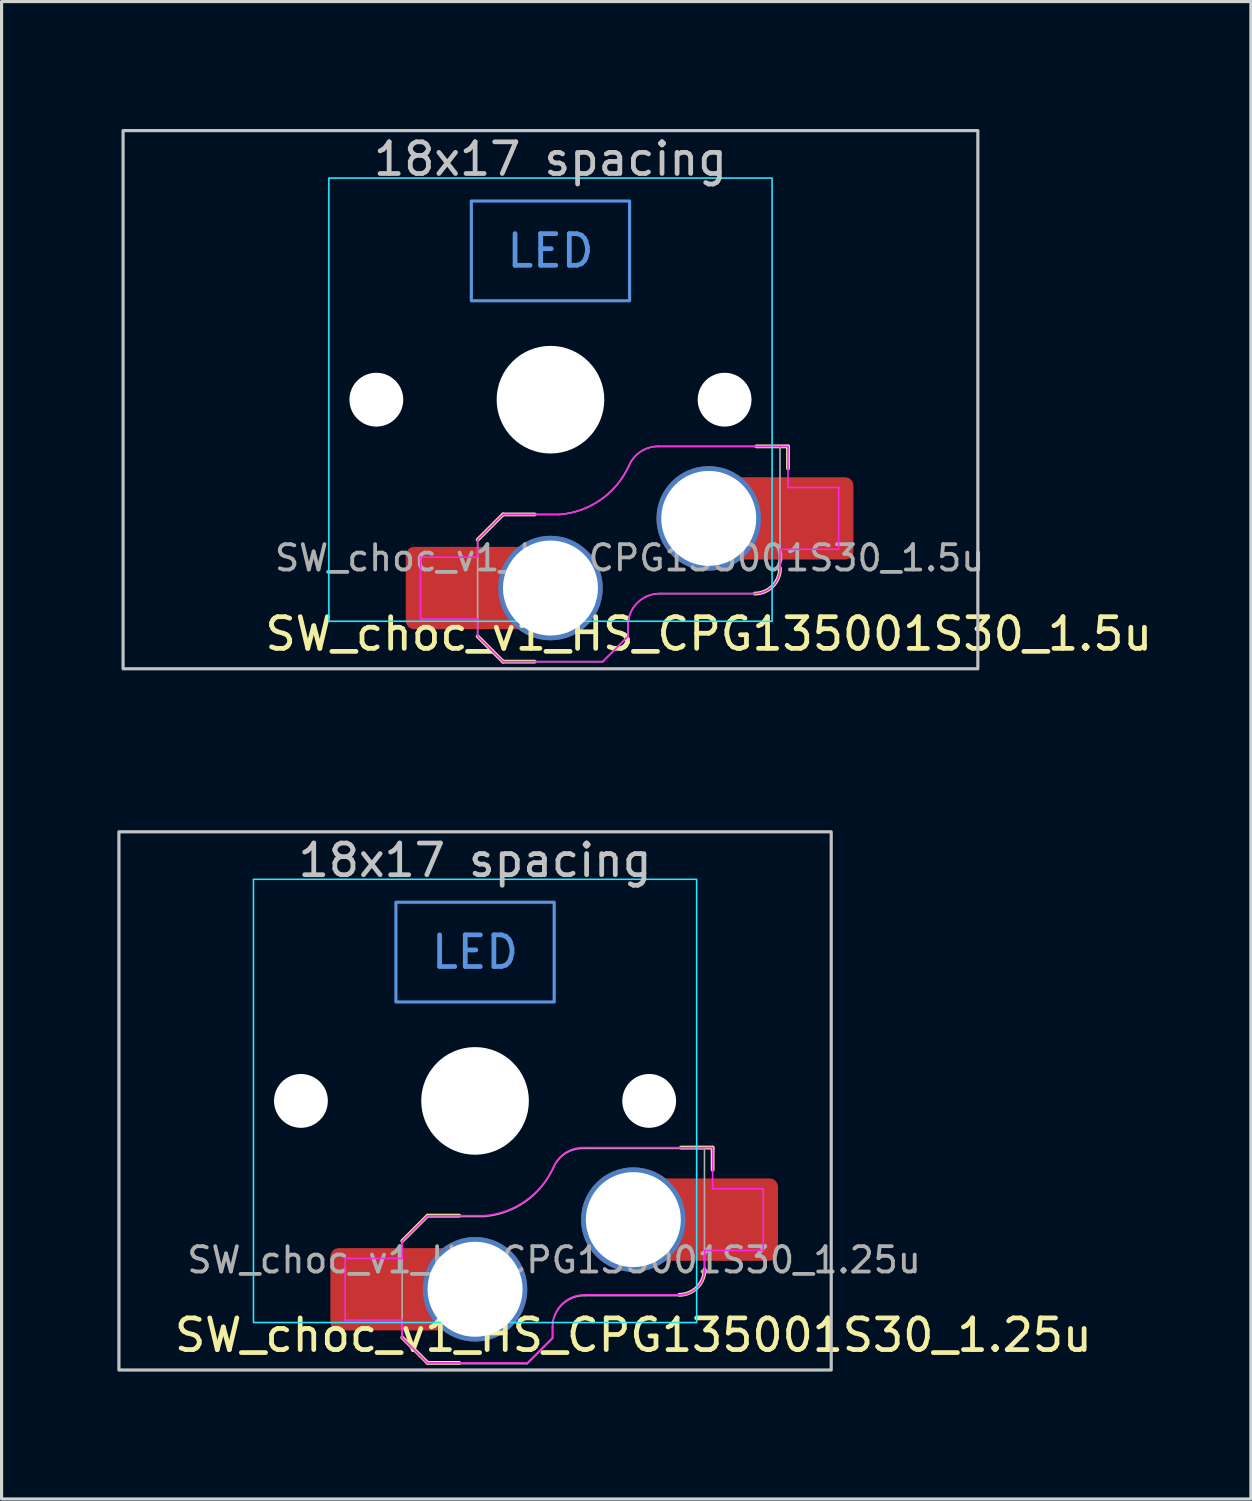
<source format=kicad_pcb>
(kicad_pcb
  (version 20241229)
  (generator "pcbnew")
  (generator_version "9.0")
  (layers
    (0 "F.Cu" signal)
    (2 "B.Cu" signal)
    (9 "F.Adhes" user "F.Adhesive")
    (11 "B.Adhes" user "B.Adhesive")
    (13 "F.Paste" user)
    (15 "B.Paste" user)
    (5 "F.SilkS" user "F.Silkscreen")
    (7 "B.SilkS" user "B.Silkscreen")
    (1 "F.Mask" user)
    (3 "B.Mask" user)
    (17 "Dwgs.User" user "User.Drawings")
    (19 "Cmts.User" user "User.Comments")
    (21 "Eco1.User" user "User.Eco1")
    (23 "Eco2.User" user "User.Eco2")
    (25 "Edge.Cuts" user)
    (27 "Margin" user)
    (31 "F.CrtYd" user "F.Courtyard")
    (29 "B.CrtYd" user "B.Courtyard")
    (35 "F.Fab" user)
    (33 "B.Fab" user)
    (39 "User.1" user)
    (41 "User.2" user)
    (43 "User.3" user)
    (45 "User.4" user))
  (footprint "SW_choc_v1_HS_CPG135001S30_1.5u"
    (layer "F.Cu")
    (at 14.338 9.575)
    (property "Reference" "SW_choc_v1_HS_CPG135001S30_1.5u" (at 5 7.4 180) (layer "F.SilkS") (effects (font (size 1 1) (thickness 0.15))))
    (attr smd)
    (fp_line (start -2.3 7.475) (end -1.5 8.275) (stroke (width 0.12) (type solid)) (layer "F.SilkS"))
    (fp_line (start -1.5 3.625) (end -2.3 4.425) (stroke (width 0.12) (type solid)) (layer "F.SilkS"))
    (fp_line (start -1.5 3.625) (end -0.5 3.625) (stroke (width 0.12) (type solid)) (layer "F.SilkS"))
    (fp_line (start -1.5 8.275) (end -0.5 8.275) (stroke (width 0.12) (type solid)) (layer "F.SilkS"))
    (fp_line (start 7.504 1.475) (end 6.504 1.475) (stroke (width 0.12) (type solid)) (layer "F.SilkS"))
    (fp_line (start 7.504 1.475) (end 7.504 2.175) (stroke (width 0.12) (type solid)) (layer "F.SilkS"))
    (fp_arc (start 7.25 5.325) (mid 7.015685 5.890685) (end 6.45 6.125) (stroke (width 0.12) (type solid)) (layer "F.SilkS"))
    (fp_rect (start -13.5 -8.5) (end 13.5 8.5) (stroke (width 0.1) (type default)) (fill no) (layer "Dwgs.User"))
    (fp_rect (start -2.5 -6.275) (end 2.5 -3.125) (stroke (width 0.1) (type default)) (fill no) (layer "Cmts.User"))
    (fp_rect (start -14.287 -9.525) (end 14.287 9.525) (stroke (width 0.1) (type default)) (fill no) (layer "Eco1.User"))
    (fp_line (start -6.95 -6.45) (end -6.95 6.45) (stroke (width 0.05) (type solid)) (layer "Eco2.User"))
    (fp_line (start -6.45 6.95) (end 6.45 6.95) (stroke (width 0.05) (type solid)) (layer "Eco2.User"))
    (fp_line (start 6.45 -6.95) (end -6.45 -6.95) (stroke (width 0.05) (type solid)) (layer "Eco2.User"))
    (fp_line (start 6.95 6.45) (end 6.95 -6.45) (stroke (width 0.05) (type solid)) (layer "Eco2.User"))
    (fp_arc (start -6.95 -6.45) (mid -6.803553 -6.803553) (end -6.45 -6.95) (stroke (width 0.05) (type solid)) (layer "Eco2.User"))
    (fp_arc (start -6.45 6.95) (mid -6.803553 6.803553) (end -6.95 6.45) (stroke (width 0.05) (type solid)) (layer "Eco2.User"))
    (fp_arc (start 6.45 -6.95) (mid 6.803553 -6.803553) (end 6.95 -6.45) (stroke (width 0.05) (type solid)) (layer "Eco2.User"))
    (fp_arc (start 6.95 6.45) (mid 6.803553 6.803553) (end 6.45 6.95) (stroke (width 0.05) (type solid)) (layer "Eco2.User"))
    (fp_rect (start -7 -7) (end 7 7) (stroke (width 0.05) (type default)) (fill no) (layer "B.CrtYd"))
    (fp_line (start -4.104 4.975) (end -4.104 6.925) (stroke (width 0.05) (type solid)) (layer "F.CrtYd"))
    (fp_line (start -4.104 4.975) (end -2.3 4.975) (stroke (width 0.05) (type solid)) (layer "F.CrtYd"))
    (fp_line (start -4.104 6.925) (end -2.3 6.925) (stroke (width 0.05) (type solid)) (layer "F.CrtYd"))
    (fp_line (start -2.3 4.975) (end -2.3 4.425) (stroke (width 0.05) (type solid)) (layer "F.CrtYd"))
    (fp_line (start -2.3 7.475) (end -2.3 6.925) (stroke (width 0.05) (type solid)) (layer "F.CrtYd"))
    (fp_line (start -2.3 7.475) (end -1.5 8.275) (stroke (width 0.05) (type solid)) (layer "F.CrtYd"))
    (fp_line (start -1.5 3.625) (end -2.3 4.425) (stroke (width 0.05) (type solid)) (layer "F.CrtYd"))
    (fp_line (start -1.5 3.625) (end 0.3 3.625) (stroke (width 0.05) (type solid)) (layer "F.CrtYd"))
    (fp_line (start -1.5 8.275) (end 1.65 8.275) (stroke (width 0.05) (type solid)) (layer "F.CrtYd"))
    (fp_line (start 2.45 7.475) (end 1.65 8.275) (stroke (width 0.05) (type solid)) (layer "F.CrtYd"))
    (fp_line (start 2.45 7.475) (end 2.45 7.125) (stroke (width 0.05) (type solid)) (layer "F.CrtYd"))
    (fp_line (start 3.45 6.125) (end 6.45 6.125) (stroke (width 0.05) (type solid)) (layer "F.CrtYd"))
    (fp_line (start 7.25 4.725) (end 9.104 4.725) (stroke (width 0.05) (type solid)) (layer "F.CrtYd"))
    (fp_line (start 7.25 5.325) (end 7.25 4.725) (stroke (width 0.05) (type solid)) (layer "F.CrtYd"))
    (fp_line (start 7.504 1.475) (end 3.4 1.475) (stroke (width 0.05) (type solid)) (layer "F.CrtYd"))
    (fp_line (start 7.504 1.475) (end 7.504 2.175) (stroke (width 0.05) (type solid)) (layer "F.CrtYd"))
    (fp_line (start 7.504 2.175) (end 7.504 2.775) (stroke (width 0.05) (type solid)) (layer "F.CrtYd"))
    (fp_line (start 9.104 2.775) (end 7.504 2.775) (stroke (width 0.05) (type solid)) (layer "F.CrtYd"))
    (fp_line (start 9.104 4.725) (end 9.104 2.775) (stroke (width 0.05) (type solid)) (layer "F.CrtYd"))
    (fp_arc (start 2.45 7.125) (mid 2.742893 6.417893) (end 3.45 6.125) (stroke (width 0.05) (type solid)) (layer "F.CrtYd"))
    (fp_arc (start 2.455444 2.13293) (mid 1.577272 3.167235) (end 0.299999 3.624999) (stroke (width 0.05) (type solid)) (layer "F.CrtYd"))
    (fp_arc (start 2.460307 2.13298) (mid 2.826423 1.655848) (end 3.4 1.475) (stroke (width 0.05) (type solid)) (layer "F.CrtYd"))
    (fp_arc (start 7.25 5.325) (mid 7.015685 5.890685) (end 6.45 6.125) (stroke (width 0.05) (type solid)) (layer "F.CrtYd"))
    (fp_line (start -2.3 7.475) (end -2.3 4.425) (stroke (width 0.05) (type solid)) (layer "F.Fab"))
    (fp_line (start -2.3 7.475) (end -1.5 8.275) (stroke (width 0.05) (type solid)) (layer "F.Fab"))
    (fp_line (start -1.5 3.625) (end -2.3 4.425) (stroke (width 0.05) (type solid)) (layer "F.Fab"))
    (fp_line (start -1.5 3.625) (end 0.3 3.625) (stroke (width 0.05) (type solid)) (layer "F.Fab"))
    (fp_line (start -1.5 8.275) (end 1.65 8.275) (stroke (width 0.05) (type solid)) (layer "F.Fab"))
    (fp_line (start 2.45 7.475) (end 1.65 8.275) (stroke (width 0.05) (type solid)) (layer "F.Fab"))
    (fp_line (start 2.45 7.475) (end 2.45 7.125) (stroke (width 0.05) (type solid)) (layer "F.Fab"))
    (fp_line (start 3.45 6.125) (end 6.45 6.125) (stroke (width 0.05) (type solid)) (layer "F.Fab"))
    (fp_line (start 7.25 1.475) (end 3.4 1.475) (stroke (width 0.05) (type solid)) (layer "F.Fab"))
    (fp_line (start 7.25 5.325) (end 7.25 1.475) (stroke (width 0.05) (type solid)) (layer "F.Fab"))
    (fp_arc (start 2.45 7.125) (mid 2.742893 6.417893) (end 3.45 6.125) (stroke (width 0.05) (type solid)) (layer "F.Fab"))
    (fp_arc (start 2.455444 2.13293) (mid 1.577272 3.167235) (end 0.299999 3.624999) (stroke (width 0.05) (type solid)) (layer "F.Fab"))
    (fp_arc (start 2.460307 2.13298) (mid 2.826423 1.655848) (end 3.4 1.475) (stroke (width 0.05) (type solid)) (layer "F.Fab"))
    (fp_arc (start 7.25 5.325) (mid 7.015685 5.890685) (end 6.45 6.125) (stroke (width 0.05) (type solid)) (layer "F.Fab"))
    (fp_text user "18x17 spacing" (at 0 -7.6 180) (layer "Dwgs.User") (effects (font (size 1 1) (thickness 0.15))))
    (fp_text user "LED" (at 0 -4.7 0) (unlocked yes) (layer "Cmts.User") (effects (font (size 1 1) (thickness 0.15))))
    (fp_text user "19.05 spacing" (at 0 -8.7 180) (layer "Eco1.User") (effects (font (size 1 1) (thickness 0.15))))
    (fp_text user "${REFERENCE}" (at 2.5 5 0) (layer "F.Fab") (effects (font (size 0.8 0.8) (thickness 0.12))))
    (pad "" np_thru_hole circle (at -5.5 0 180) (size 1.7 1.7) (drill 1.7) (layers "*.Cu" "*.Mask"))
    (pad "" np_thru_hole circle (at 0 0 180) (size 3.4 3.4) (drill 3.4) (layers "*.Cu" "*.Mask"))
    (pad "" np_thru_hole circle (at 5.5 0 180) (size 1.7 1.7) (drill 1.7) (layers "*.Cu" "*.Mask"))
    (pad "1" thru_hole circle (at 5 3.75) (size 3.3 3.3) (drill 3) (property pad_prop_mechanical) (layers "*.Cu" "F.Mask"))
    (pad "1" smd rect (at 6.55 3.75) (size 1.2 2.6) (layers "F.Cu"))
    (pad "1" smd roundrect (at 8.245 3.75) (size 2.65 2.6) (layers "F.Cu" "F.Mask" "F.Paste") (roundrect_rratio 0.1))
    (pad "2" smd roundrect (at -3.245 5.95) (size 2.65 2.6) (layers "F.Cu" "F.Mask" "F.Paste") (roundrect_rratio 0.1))
    (pad "2" smd rect (at -1.55 5.95 180) (size 1.2 2.6) (layers "F.Cu"))
    (pad "2" thru_hole circle (at 0 5.95) (size 3.3 3.3) (drill 3) (property pad_prop_mechanical) (layers "*.Cu" "F.Mask")))
  (footprint "SW_choc_v1_HS_CPG135001S30_1.25u"
    (layer "F.Cu")
    (at 11.956 31.725)
    (property "Reference" "SW_choc_v1_HS_CPG135001S30_1.25u" (at 5 7.4 180) (layer "F.SilkS") (effects (font (size 1 1) (thickness 0.15))))
    (attr smd)
    (fp_line (start -2.3 7.475) (end -1.5 8.275) (stroke (width 0.12) (type solid)) (layer "F.SilkS"))
    (fp_line (start -1.5 3.625) (end -2.3 4.425) (stroke (width 0.12) (type solid)) (layer "F.SilkS"))
    (fp_line (start -1.5 3.625) (end -0.5 3.625) (stroke (width 0.12) (type solid)) (layer "F.SilkS"))
    (fp_line (start -1.5 8.275) (end -0.5 8.275) (stroke (width 0.12) (type solid)) (layer "F.SilkS"))
    (fp_line (start 7.504 1.475) (end 6.504 1.475) (stroke (width 0.12) (type solid)) (layer "F.SilkS"))
    (fp_line (start 7.504 1.475) (end 7.504 2.175) (stroke (width 0.12) (type solid)) (layer "F.SilkS"))
    (fp_arc (start 7.25 5.325) (mid 7.015685 5.890685) (end 6.45 6.125) (stroke (width 0.12) (type solid)) (layer "F.SilkS"))
    (fp_rect (start -11.25 -8.5) (end 11.25 8.5) (stroke (width 0.1) (type default)) (fill no) (layer "Dwgs.User"))
    (fp_rect (start -2.5 -6.275) (end 2.5 -3.125) (stroke (width 0.1) (type default)) (fill no) (layer "Cmts.User"))
    (fp_rect (start -11.906 -9.525) (end 11.906 9.525) (stroke (width 0.1) (type default)) (fill no) (layer "Eco1.User"))
    (fp_line (start -6.95 -6.45) (end -6.95 6.45) (stroke (width 0.05) (type solid)) (layer "Eco2.User"))
    (fp_line (start -6.45 6.95) (end 6.45 6.95) (stroke (width 0.05) (type solid)) (layer "Eco2.User"))
    (fp_line (start 6.45 -6.95) (end -6.45 -6.95) (stroke (width 0.05) (type solid)) (layer "Eco2.User"))
    (fp_line (start 6.95 6.45) (end 6.95 -6.45) (stroke (width 0.05) (type solid)) (layer "Eco2.User"))
    (fp_arc (start -6.95 -6.45) (mid -6.803553 -6.803553) (end -6.45 -6.95) (stroke (width 0.05) (type solid)) (layer "Eco2.User"))
    (fp_arc (start -6.45 6.95) (mid -6.803553 6.803553) (end -6.95 6.45) (stroke (width 0.05) (type solid)) (layer "Eco2.User"))
    (fp_arc (start 6.45 -6.95) (mid 6.803553 -6.803553) (end 6.95 -6.45) (stroke (width 0.05) (type solid)) (layer "Eco2.User"))
    (fp_arc (start 6.95 6.45) (mid 6.803553 6.803553) (end 6.45 6.95) (stroke (width 0.05) (type solid)) (layer "Eco2.User"))
    (fp_rect (start -7 -7) (end 7 7) (stroke (width 0.05) (type default)) (fill no) (layer "B.CrtYd"))
    (fp_line (start -4.104 4.975) (end -4.104 6.925) (stroke (width 0.05) (type solid)) (layer "F.CrtYd"))
    (fp_line (start -4.104 4.975) (end -2.3 4.975) (stroke (width 0.05) (type solid)) (layer "F.CrtYd"))
    (fp_line (start -4.104 6.925) (end -2.3 6.925) (stroke (width 0.05) (type solid)) (layer "F.CrtYd"))
    (fp_line (start -2.3 4.975) (end -2.3 4.425) (stroke (width 0.05) (type solid)) (layer "F.CrtYd"))
    (fp_line (start -2.3 7.475) (end -2.3 6.925) (stroke (width 0.05) (type solid)) (layer "F.CrtYd"))
    (fp_line (start -2.3 7.475) (end -1.5 8.275) (stroke (width 0.05) (type solid)) (layer "F.CrtYd"))
    (fp_line (start -1.5 3.625) (end -2.3 4.425) (stroke (width 0.05) (type solid)) (layer "F.CrtYd"))
    (fp_line (start -1.5 3.625) (end 0.3 3.625) (stroke (width 0.05) (type solid)) (layer "F.CrtYd"))
    (fp_line (start -1.5 8.275) (end 1.65 8.275) (stroke (width 0.05) (type solid)) (layer "F.CrtYd"))
    (fp_line (start 2.45 7.475) (end 1.65 8.275) (stroke (width 0.05) (type solid)) (layer "F.CrtYd"))
    (fp_line (start 2.45 7.475) (end 2.45 7.125) (stroke (width 0.05) (type solid)) (layer "F.CrtYd"))
    (fp_line (start 3.45 6.125) (end 6.45 6.125) (stroke (width 0.05) (type solid)) (layer "F.CrtYd"))
    (fp_line (start 7.25 4.725) (end 9.104 4.725) (stroke (width 0.05) (type solid)) (layer "F.CrtYd"))
    (fp_line (start 7.25 5.325) (end 7.25 4.725) (stroke (width 0.05) (type solid)) (layer "F.CrtYd"))
    (fp_line (start 7.504 1.475) (end 3.4 1.475) (stroke (width 0.05) (type solid)) (layer "F.CrtYd"))
    (fp_line (start 7.504 1.475) (end 7.504 2.175) (stroke (width 0.05) (type solid)) (layer "F.CrtYd"))
    (fp_line (start 7.504 2.175) (end 7.504 2.775) (stroke (width 0.05) (type solid)) (layer "F.CrtYd"))
    (fp_line (start 9.104 2.775) (end 7.504 2.775) (stroke (width 0.05) (type solid)) (layer "F.CrtYd"))
    (fp_line (start 9.104 4.725) (end 9.104 2.775) (stroke (width 0.05) (type solid)) (layer "F.CrtYd"))
    (fp_arc (start 2.45 7.125) (mid 2.742893 6.417893) (end 3.45 6.125) (stroke (width 0.05) (type solid)) (layer "F.CrtYd"))
    (fp_arc (start 2.455444 2.13293) (mid 1.577272 3.167235) (end 0.299999 3.624999) (stroke (width 0.05) (type solid)) (layer "F.CrtYd"))
    (fp_arc (start 2.460307 2.13298) (mid 2.826423 1.655848) (end 3.4 1.475) (stroke (width 0.05) (type solid)) (layer "F.CrtYd"))
    (fp_arc (start 7.25 5.325) (mid 7.015685 5.890685) (end 6.45 6.125) (stroke (width 0.05) (type solid)) (layer "F.CrtYd"))
    (fp_line (start -2.304 7.5) (end -2.304 4.45) (stroke (width 0.05) (type solid)) (layer "F.Fab"))
    (fp_line (start -2.304 7.5) (end -1.504 8.3) (stroke (width 0.05) (type solid)) (layer "F.Fab"))
    (fp_line (start -1.504 3.65) (end -2.304 4.45) (stroke (width 0.05) (type solid)) (layer "F.Fab"))
    (fp_line (start -1.504 3.65) (end 0.296 3.65) (stroke (width 0.05) (type solid)) (layer "F.Fab"))
    (fp_line (start -1.504 8.3) (end 1.646 8.3) (stroke (width 0.05) (type solid)) (layer "F.Fab"))
    (fp_line (start 2.446 7.5) (end 1.646 8.3) (stroke (width 0.05) (type solid)) (layer "F.Fab"))
    (fp_line (start 2.446 7.5) (end 2.446 7.15) (stroke (width 0.05) (type solid)) (layer "F.Fab"))
    (fp_line (start 3.446 6.15) (end 6.446 6.15) (stroke (width 0.05) (type solid)) (layer "F.Fab"))
    (fp_line (start 7.246 1.5) (end 3.396 1.5) (stroke (width 0.05) (type solid)) (layer "F.Fab"))
    (fp_line (start 7.246 5.35) (end 7.246 1.5) (stroke (width 0.05) (type solid)) (layer "F.Fab"))
    (fp_arc (start 2.446 7.15) (mid 2.738893 6.442893) (end 3.446 6.15) (stroke (width 0.05) (type solid)) (layer "F.Fab"))
    (fp_arc (start 2.451444 2.15793) (mid 1.573272 3.192235) (end 0.295999 3.649999) (stroke (width 0.05) (type solid)) (layer "F.Fab"))
    (fp_arc (start 2.456307 2.15798) (mid 2.822423 1.680848) (end 3.396 1.5) (stroke (width 0.05) (type solid)) (layer "F.Fab"))
    (fp_arc (start 7.246 5.35) (mid 7.011685 5.915685) (end 6.446 6.15) (stroke (width 0.05) (type solid)) (layer "F.Fab"))
    (fp_text user "18x17 spacing" (at 0 -7.6 180) (layer "Dwgs.User") (effects (font (size 1 1) (thickness 0.15))))
    (fp_text user "LED" (at 0 -4.7 0) (unlocked yes) (layer "Cmts.User") (effects (font (size 1 1) (thickness 0.15))))
    (fp_text user "19.05 spacing" (at 0 -8.7 180) (layer "Eco1.User") (effects (font (size 1 1) (thickness 0.15))))
    (fp_text user "${REFERENCE}" (at 2.496 5.025 0) (layer "F.Fab") (effects (font (size 0.8 0.8) (thickness 0.12))))
    (pad "" np_thru_hole circle (at -5.5 0 180) (size 1.7 1.7) (drill 1.7) (layers "*.Cu" "*.Mask"))
    (pad "" np_thru_hole circle (at 0 0 180) (size 3.4 3.4) (drill 3.4) (layers "*.Cu" "*.Mask"))
    (pad "" np_thru_hole circle (at 5.5 0 180) (size 1.7 1.7) (drill 1.7) (layers "*.Cu" "*.Mask"))
    (pad "1" thru_hole circle (at 5 3.75) (size 3.3 3.3) (drill 3) (property pad_prop_mechanical) (layers "*.Cu" "F.Mask"))
    (pad "1" smd rect (at 6.55 3.75) (size 1.2 2.6) (layers "F.Cu"))
    (pad "1" smd roundrect (at 8.245 3.75) (size 2.65 2.6) (layers "F.Cu" "F.Mask" "F.Paste") (roundrect_rratio 0.1))
    (pad "2" smd roundrect (at -3.245 5.95) (size 2.65 2.6) (layers "F.Cu" "F.Mask" "F.Paste") (roundrect_rratio 0.1))
    (pad "2" smd rect (at -1.55 5.95 180) (size 1.2 2.6) (layers "F.Cu"))
    (pad "2" thru_hole circle (at 0 5.95) (size 3.3 3.3) (drill 3) (property pad_prop_mechanical) (layers "*.Cu" "F.Mask")))
  (gr_rect
    (start -3 -3)
    (end 36.463 44.3)
    (stroke (width 0.1) (type default))
    (fill no)
    (layer "Edge.Cuts")))
</source>
